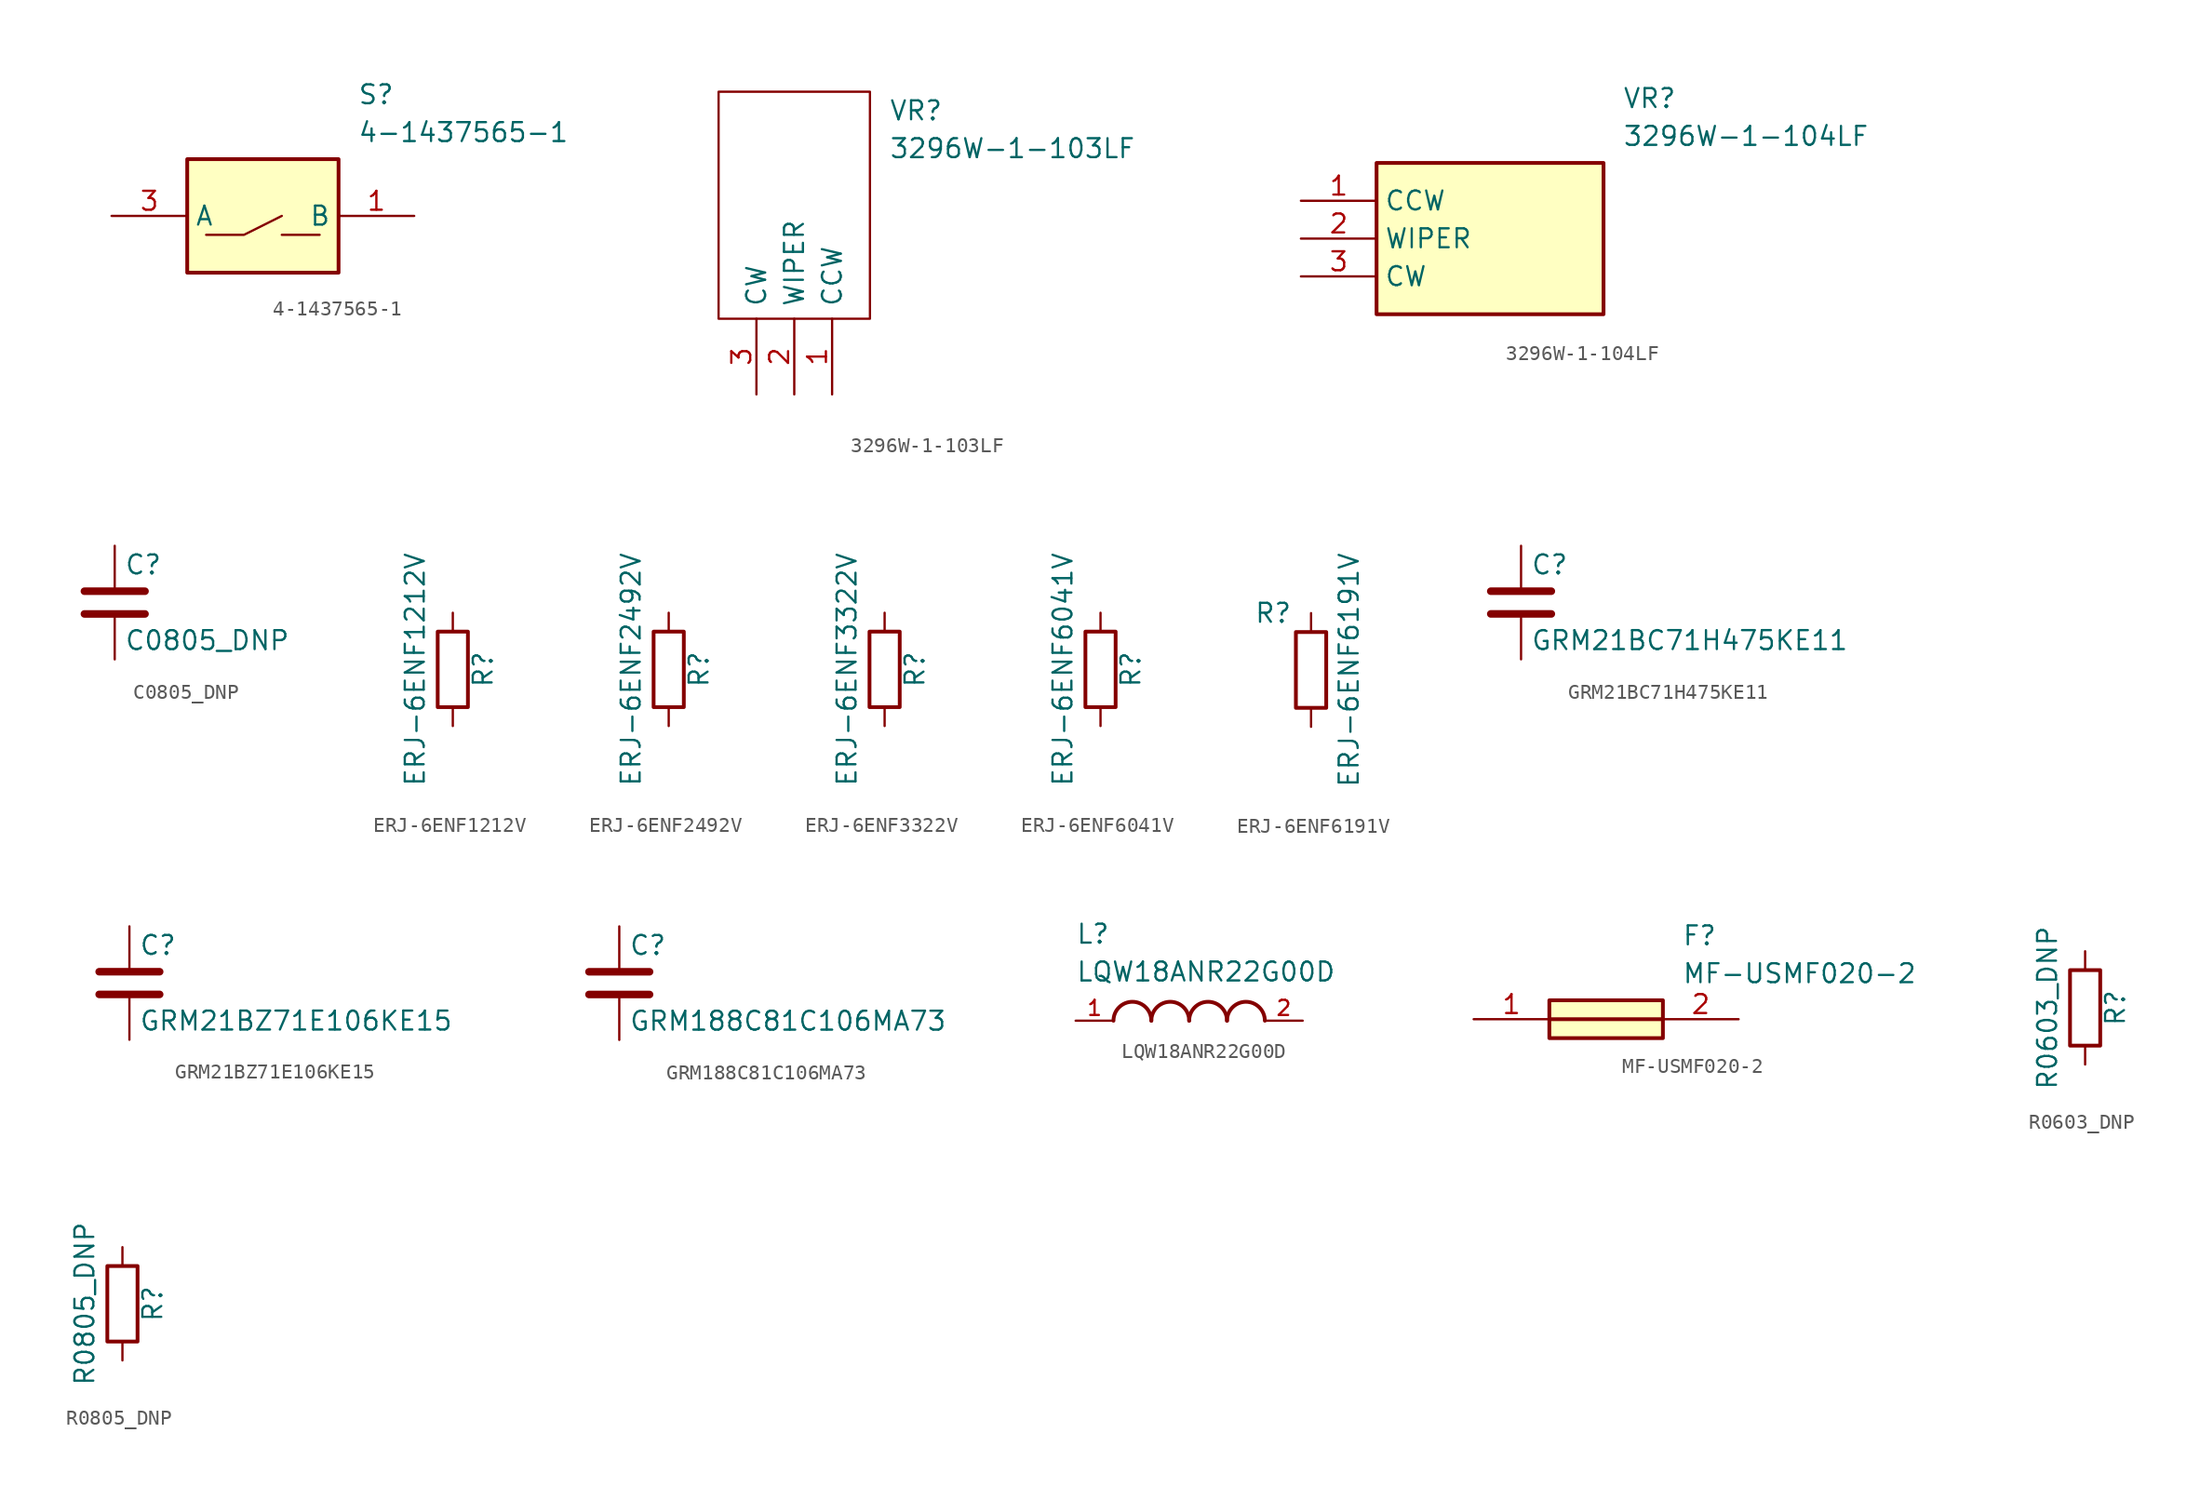
<source format=kicad_sym>
(kicad_symbol_lib
  (version 20220914)
  (generator kicad_symbol_editor)
  (symbol "4-1437565-1"
    (property "Reference" "S"
      (at 16.51 8.89 0)
      (effects (font (size 1.27 1.27)) (justify left top)))
    (property "Value" "4-1437565-1"
      (at 16.51 6.35 0)
      (effects (font (size 1.27 1.27)) (justify left top)))
    (symbol "4-1437565-1_0_1"
      (polyline (pts (xy 11.43 -1.27) (xy 13.97 -1.27)) (stroke (width 0) (type default)) (fill (type none)))
      (polyline (pts (xy 6.35 -1.27) (xy 8.89 -1.27) (xy 11.43 0)) (stroke (width 0) (type default)) (fill (type none))))
    (symbol "4-1437565-1_1_1"
      (rectangle (start 5.08 3.81) (end 15.24 -3.81) (stroke (width 0.254) (type default)) (fill (type background)))
      (pin passive line (at 20.32 0 180) (length 5.08) (name "B" (effects (font (size 1.27 1.27)))) (number "1" (effects (font (size 1.27 1.27)))))
      (pin passive line (at 20.32 0 180) (length 5.08) hide (name "B" (effects (font (size 1.27 1.27)))) (number "2" (effects (font (size 1.27 1.27)))))
      (pin passive line (at 0 0 0) (length 5.08) (name "A" (effects (font (size 1.27 1.27)))) (number "3" (effects (font (size 1.27 1.27)))))
      (pin passive line (at 0 0 0) (length 5.08) hide (name "A" (effects (font (size 1.27 1.27)))) (number "4" (effects (font (size 1.27 1.27)))))))
  (symbol "3296W-1-103LF"
    (pin_names
      (offset 0.762))
    (property "Reference" "VR"
      (at 8.89 19.05 0)
      (effects (font (size 1.27 1.27)) (justify left)))
    (property "Value" "3296W-1-103LF"
      (at 8.89 16.51 0)
      (effects (font (size 1.27 1.27)) (justify left)))
    (symbol "3296W-1-103LF_0_0"
      (pin passive line (at 5.08 0 90) (length 5.08) (name "CCW" (effects (font (size 1.27 1.27)))) (number "1" (effects (font (size 1.27 1.27)))))
      (pin passive line (at 2.54 0 90) (length 5.08) (name "WIPER" (effects (font (size 1.27 1.27)))) (number "2" (effects (font (size 1.27 1.27)))))
      (pin passive line (at 0 0 90) (length 5.08) (name "CW" (effects (font (size 1.27 1.27)))) (number "3" (effects (font (size 1.27 1.27))))))
    (symbol "3296W-1-103LF_0_1"
      (polyline (pts (xy -2.54 20.32) (xy 7.62 20.32) (xy 7.62 5.08) (xy -2.54 5.08) (xy -2.54 20.32)) (stroke (width 0.152) (type solid)) (fill (type none)))))
  (symbol "3296W-1-104LF"
    (property "Reference" "VR"
      (at 21.59 7.62 0)
      (effects (font (size 1.27 1.27)) (justify left top)))
    (property "Value" "3296W-1-104LF"
      (at 21.59 5.08 0)
      (effects (font (size 1.27 1.27)) (justify left top)))
    (symbol "3296W-1-104LF_1_1"
      (rectangle (start 5.08 2.54) (end 20.32 -7.62) (stroke (width 0.254) (type default)) (fill (type background)))
      (pin passive line (at 0 0 0) (length 5.08) (name "CCW" (effects (font (size 1.27 1.27)))) (number "1" (effects (font (size 1.27 1.27)))))
      (pin passive line (at 0 -2.54 0) (length 5.08) (name "WIPER" (effects (font (size 1.27 1.27)))) (number "2" (effects (font (size 1.27 1.27)))))
      (pin passive line (at 0 -5.08 0) (length 5.08) (name "CW" (effects (font (size 1.27 1.27)))) (number "3" (effects (font (size 1.27 1.27)))))))
  (symbol "C0805_DNP"
    (pin_numbers hide)
    (pin_names
      (offset 0.254))
    (property "Reference" "C"
      (at 0.635 2.54 0)
      (effects (font (size 1.27 1.27)) (justify left)))
    (property "Value" "C0805_DNP"
      (at 0.635 -2.54 0)
      (effects (font (size 1.27 1.27)) (justify left)))
    (symbol "C0805_DNP_0_1"
      (polyline (pts (xy -2.032 -0.762) (xy 2.032 -0.762)) (stroke (width 0.508) (type default)) (fill (type none)))
      (polyline (pts (xy -2.032 0.762) (xy 2.032 0.762)) (stroke (width 0.508) (type default)) (fill (type none))))
    (symbol "C0805_DNP_1_1"
      (pin passive line (at 0 3.81 270) (length 2.794) (name "~" (effects (font (size 1.27 1.27)))) (number "1" (effects (font (size 1.27 1.27)))))
      (pin passive line (at 0 -3.81 90) (length 2.794) (name "~" (effects (font (size 1.27 1.27)))) (number "2" (effects (font (size 1.27 1.27)))))))
  (symbol "ERJ-6ENF1212V"
    (pin_numbers hide)
    (pin_names
      (offset 0))
    (property "Reference" "R"
      (at 2.032 0 90)
      (effects (font (size 1.27 1.27))))
    (property "Value" "ERJ-6ENF1212V"
      (at -2.54 0 90)
      (effects (font (size 1.27 1.27))))
    (symbol "ERJ-6ENF1212V_0_1"
      (rectangle (start -1.016 -2.54) (end 1.016 2.54) (stroke (width 0.254) (type default)) (fill (type none))))
    (symbol "ERJ-6ENF1212V_1_1"
      (pin passive line (at 0 3.81 270) (length 1.27) (name "~" (effects (font (size 1.27 1.27)))) (number "1" (effects (font (size 1.27 1.27)))))
      (pin passive line (at 0 -3.81 90) (length 1.27) (name "~" (effects (font (size 1.27 1.27)))) (number "2" (effects (font (size 1.27 1.27)))))))
  (symbol "ERJ-6ENF2492V"
    (pin_numbers hide)
    (pin_names
      (offset 0))
    (property "Reference" "R"
      (at 2.032 0 90)
      (effects (font (size 1.27 1.27))))
    (property "Value" "ERJ-6ENF2492V"
      (at -2.54 0 90)
      (effects (font (size 1.27 1.27))))
    (symbol "ERJ-6ENF2492V_0_1"
      (rectangle (start -1.016 -2.54) (end 1.016 2.54) (stroke (width 0.254) (type default)) (fill (type none))))
    (symbol "ERJ-6ENF2492V_1_1"
      (pin passive line (at 0 3.81 270) (length 1.27) (name "~" (effects (font (size 1.27 1.27)))) (number "1" (effects (font (size 1.27 1.27)))))
      (pin passive line (at 0 -3.81 90) (length 1.27) (name "~" (effects (font (size 1.27 1.27)))) (number "2" (effects (font (size 1.27 1.27)))))))
  (symbol "ERJ-6ENF3322V"
    (pin_numbers hide)
    (pin_names
      (offset 0))
    (property "Reference" "R"
      (at 2.032 0 90)
      (effects (font (size 1.27 1.27))))
    (property "Value" "ERJ-6ENF3322V"
      (at -2.54 0 90)
      (effects (font (size 1.27 1.27))))
    (symbol "ERJ-6ENF3322V_0_1"
      (rectangle (start -1.016 -2.54) (end 1.016 2.54) (stroke (width 0.254) (type default)) (fill (type none))))
    (symbol "ERJ-6ENF3322V_1_1"
      (pin passive line (at 0 3.81 270) (length 1.27) (name "~" (effects (font (size 1.27 1.27)))) (number "1" (effects (font (size 1.27 1.27)))))
      (pin passive line (at 0 -3.81 90) (length 1.27) (name "~" (effects (font (size 1.27 1.27)))) (number "2" (effects (font (size 1.27 1.27)))))))
  (symbol "ERJ-6ENF6041V"
    (pin_numbers hide)
    (pin_names
      (offset 0))
    (property "Reference" "R"
      (at 2.032 0 90)
      (effects (font (size 1.27 1.27))))
    (property "Value" "ERJ-6ENF6041V"
      (at -2.54 0 90)
      (effects (font (size 1.27 1.27))))
    (symbol "ERJ-6ENF6041V_0_1"
      (rectangle (start -1.016 -2.54) (end 1.016 2.54) (stroke (width 0.254) (type default)) (fill (type none))))
    (symbol "ERJ-6ENF6041V_1_1"
      (pin passive line (at 0 3.81 270) (length 1.27) (name "~" (effects (font (size 1.27 1.27)))) (number "1" (effects (font (size 1.27 1.27)))))
      (pin passive line (at 0 -3.81 90) (length 1.27) (name "~" (effects (font (size 1.27 1.27)))) (number "2" (effects (font (size 1.27 1.27)))))))
  (symbol "ERJ-6ENF6191V"
    (pin_numbers hide)
    (pin_names
      (offset 0))
    (property "Reference" "R"
      (at -2.54 3.81 0)
      (effects (font (size 1.27 1.27))))
    (property "Value" "ERJ-6ENF6191V"
      (at 2.54 0 90)
      (effects (font (size 1.27 1.27))))
    (symbol "ERJ-6ENF6191V_0_1"
      (rectangle (start -1.016 -2.54) (end 1.016 2.54) (stroke (width 0.254) (type default)) (fill (type none))))
    (symbol "ERJ-6ENF6191V_1_1"
      (pin passive line (at 0 3.81 270) (length 1.27) (name "~" (effects (font (size 1.27 1.27)))) (number "1" (effects (font (size 1.27 1.27)))))
      (pin passive line (at 0 -3.81 90) (length 1.27) (name "~" (effects (font (size 1.27 1.27)))) (number "2" (effects (font (size 1.27 1.27)))))))
  (symbol "GRM21BC71H475KE11"
    (pin_numbers hide)
    (pin_names
      (offset 0.254))
    (property "Reference" "C"
      (at 0.635 2.54 0)
      (effects (font (size 1.27 1.27)) (justify left)))
    (property "Value" "GRM21BC71H475KE11"
      (at 0.635 -2.54 0)
      (effects (font (size 1.27 1.27)) (justify left)))
    (symbol "GRM21BC71H475KE11_0_1"
      (polyline (pts (xy -2.032 -0.762) (xy 2.032 -0.762)) (stroke (width 0.508) (type default)) (fill (type none)))
      (polyline (pts (xy -2.032 0.762) (xy 2.032 0.762)) (stroke (width 0.508) (type default)) (fill (type none))))
    (symbol "GRM21BC71H475KE11_1_1"
      (pin passive line (at 0 3.81 270) (length 2.794) (name "~" (effects (font (size 1.27 1.27)))) (number "1" (effects (font (size 1.27 1.27)))))
      (pin passive line (at 0 -3.81 90) (length 2.794) (name "~" (effects (font (size 1.27 1.27)))) (number "2" (effects (font (size 1.27 1.27)))))))
  (symbol "GRM21BZ71E106KE15"
    (pin_numbers hide)
    (pin_names
      (offset 0.254))
    (property "Reference" "C"
      (at 0.635 2.54 0)
      (effects (font (size 1.27 1.27)) (justify left)))
    (property "Value" "GRM21BZ71E106KE15"
      (at 0.635 -2.54 0)
      (effects (font (size 1.27 1.27)) (justify left)))
    (symbol "GRM21BZ71E106KE15_0_1"
      (polyline (pts (xy -2.032 -0.762) (xy 2.032 -0.762)) (stroke (width 0.508) (type default)) (fill (type none)))
      (polyline (pts (xy -2.032 0.762) (xy 2.032 0.762)) (stroke (width 0.508) (type default)) (fill (type none))))
    (symbol "GRM21BZ71E106KE15_1_1"
      (pin passive line (at 0 3.81 270) (length 2.794) (name "~" (effects (font (size 1.27 1.27)))) (number "1" (effects (font (size 1.27 1.27)))))
      (pin passive line (at 0 -3.81 90) (length 2.794) (name "~" (effects (font (size 1.27 1.27)))) (number "2" (effects (font (size 1.27 1.27)))))))
  (symbol "GRM188C81C106MA73"
    (pin_numbers hide)
    (pin_names
      (offset 0.254))
    (property "Reference" "C"
      (at 0.635 2.54 0)
      (effects (font (size 1.27 1.27)) (justify left)))
    (property "Value" "GRM188C81C106MA73"
      (at 0.635 -2.54 0)
      (effects (font (size 1.27 1.27)) (justify left)))
    (symbol "GRM188C81C106MA73_0_1"
      (polyline (pts (xy -2.032 -0.762) (xy 2.032 -0.762)) (stroke (width 0.508) (type default)) (fill (type none)))
      (polyline (pts (xy -2.032 0.762) (xy 2.032 0.762)) (stroke (width 0.508) (type default)) (fill (type none))))
    (symbol "GRM188C81C106MA73_1_1"
      (pin passive line (at 0 3.81 270) (length 2.794) (name "~" (effects (font (size 1.27 1.27)))) (number "1" (effects (font (size 1.27 1.27)))))
      (pin passive line (at 0 -3.81 90) (length 2.794) (name "~" (effects (font (size 1.27 1.27)))) (number "2" (effects (font (size 1.27 1.27)))))))
  (symbol "LQW18ANR22G00D"
    (pin_names
      (offset 1.016))
    (property "Reference" "L"
      (at -7.62 5.08 0)
      (effects (font (size 1.27 1.27)) (justify left bottom)))
    (property "Value" "LQW18ANR22G00D"
      (at -7.62 2.54 0)
      (effects (font (size 1.27 1.27)) (justify left bottom)))
    (symbol "LQW18ANR22G00D_0_0"
      (arc (start -2.54 0) (mid -3.81 1.2645) (end -5.08 0) (stroke (width 0.254) (type default)) (fill (type none)))
      (arc (start 0 0) (mid -1.27 1.2645) (end -2.54 0) (stroke (width 0.254) (type default)) (fill (type none)))
      (arc (start 2.54 0) (mid 1.27 1.2645) (end 0 0) (stroke (width 0.254) (type default)) (fill (type none)))
      (arc (start 5.08 0) (mid 3.81 1.2645) (end 2.54 0) (stroke (width 0.254) (type default)) (fill (type none)))
      (pin passive line (at -7.62 0 0) (length 2.54) (name "~" (effects (font (size 1.016 1.016)))) (number "1" (effects (font (size 1.016 1.016)))))
      (pin passive line (at 7.62 0 180) (length 2.54) (name "~" (effects (font (size 1.016 1.016)))) (number "2" (effects (font (size 1.016 1.016)))))))
  (symbol "MF-USMF020-2"
    (pin_names hide)
    (property "Reference" "F"
      (at 13.97 6.35 0)
      (effects (font (size 1.27 1.27)) (justify left top)))
    (property "Value" "MF-USMF020-2"
      (at 13.97 3.81 0)
      (effects (font (size 1.27 1.27)) (justify left top)))
    (symbol "MF-USMF020-2_1_1"
      (polyline (pts (xy 5.08 0) (xy 12.7 0)) (stroke (width 0.254) (type default)) (fill (type none)))
      (rectangle (start 5.08 1.27) (end 12.7 -1.27) (stroke (width 0.254) (type default)) (fill (type background)))
      (pin passive line (at 0 0 0) (length 5.08) (name "1" (effects (font (size 1.27 1.27)))) (number "1" (effects (font (size 1.27 1.27)))))
      (pin passive line (at 17.78 0 180) (length 5.08) (name "2" (effects (font (size 1.27 1.27)))) (number "2" (effects (font (size 1.27 1.27)))))))
  (symbol "R0603_DNP"
    (pin_numbers hide)
    (pin_names
      (offset 0))
    (property "Reference" "R"
      (at 2.032 0 90)
      (effects (font (size 1.27 1.27))))
    (property "Value" "R0603_DNP"
      (at -2.54 0 90)
      (effects (font (size 1.27 1.27))))
    (symbol "R0603_DNP_0_1"
      (rectangle (start -1.016 2.54) (end 1.016 -2.54) (stroke (width 0.254) (type default)) (fill (type none))))
    (symbol "R0603_DNP_1_1"
      (pin passive line (at 0 3.81 270) (length 1.27) (name "~" (effects (font (size 1.27 1.27)))) (number "1" (effects (font (size 1.27 1.27)))))
      (pin passive line (at 0 -3.81 90) (length 1.27) (name "~" (effects (font (size 1.27 1.27)))) (number "2" (effects (font (size 1.27 1.27)))))))
  (symbol "R0805_DNP"
    (pin_numbers hide)
    (pin_names
      (offset 0))
    (property "Reference" "R"
      (at 2.032 0 90)
      (effects (font (size 1.27 1.27))))
    (property "Value" "R0805_DNP"
      (at -2.54 0 90)
      (effects (font (size 1.27 1.27))))
    (symbol "R0805_DNP_0_1"
      (rectangle (start -1.016 2.54) (end 1.016 -2.54) (stroke (width 0.254) (type default)) (fill (type none))))
    (symbol "R0805_DNP_1_1"
      (pin passive line (at 0 3.81 270) (length 1.27) (name "~" (effects (font (size 1.27 1.27)))) (number "1" (effects (font (size 1.27 1.27)))))
      (pin passive line (at 0 -3.81 90) (length 1.27) (name "~" (effects (font (size 1.27 1.27)))) (number "2" (effects (font (size 1.27 1.27))))))))
</source>
